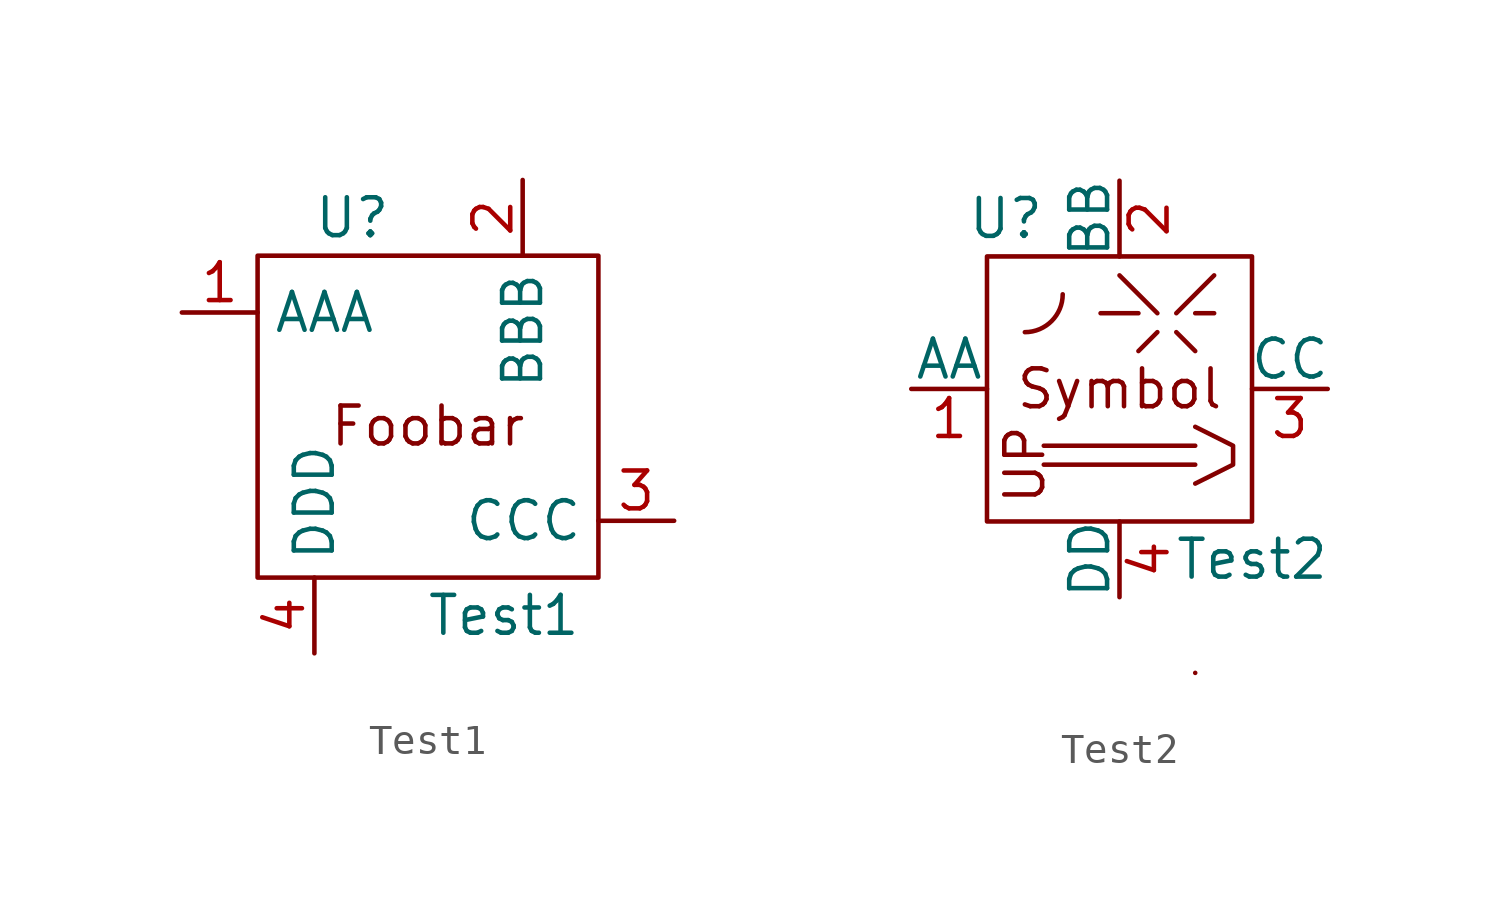
<source format=kicad_sym>
(kicad_symbol_lib
  (version 20211014)
  (generator kicad_symbol_editor)
  (symbol "Test1"
    (property "Reference" "U"
      (at 0 -0.635 0)
      (effects (font (size 1.27 1.27))))
    (property "Value" "Test1"
      (at 5.08 -13.97 0)
      (effects (font (size 1.27 1.27))))
    (symbol "Test1_0_0"
      (text "Foobar" (at 2.54 -7.62 0) (effects (font (size 1.27 1.27)))))
    (symbol "Test1_0_1"
      (rectangle (start -3.175 -1.905) (end 8.255 -12.7) (stroke (width 0) (type default) (color 0 0 0 0)) (fill (type none))))
    (symbol "Test1_1_1"
      (pin input line (at -5.715 -3.81 0) (length 2.54) (name "AAA" (effects (font (size 1.27 1.27)))) (number "1" (effects (font (size 1.27 1.27)))))
      (pin input line (at 5.715 0.635 270) (length 2.54) (name "BBB" (effects (font (size 1.27 1.27)))) (number "2" (effects (font (size 1.27 1.27)))))
      (pin input line (at 10.795 -10.795 180) (length 2.54) (name "CCC" (effects (font (size 1.27 1.27)))) (number "3" (effects (font (size 1.27 1.27)))))
      (pin input line (at -1.27 -15.24 90) (length 2.54) (name "DDD" (effects (font (size 1.27 1.27)))) (number "4" (effects (font (size 1.27 1.27)))))))
  (symbol "Test2"
    (pin_names
      (offset 0))
    (property "Reference" "U"
      (at -3.81 5.715 0)
      (effects (font (size 1.27 1.27))))
    (property "Value" "Test2"
      (at 4.445 -5.715 0)
      (effects (font (size 1.27 1.27))))
    (symbol "Test2_0_0"
      (arc (start -3.175 1.905) (mid -2.277 2.277) (end -1.905 3.175) (stroke (width 0) (type default) (color 0 0 0 0)) (fill (type none)))
      (polyline (pts (xy -2.54 -2.54) (xy 2.54 -2.54)) (stroke (width 0) (type default) (color 0 0 0 0)) (fill (type none)))
      (polyline (pts (xy -2.54 -1.905) (xy 2.54 -1.905)) (stroke (width 0) (type default) (color 0 0 0 0)) (fill (type none)))
      (polyline (pts (xy 0.635 1.27) (xy 1.27 1.905)) (stroke (width 0) (type default) (color 0 0 0 0)) (fill (type none)))
      (polyline (pts (xy 0.635 2.54) (xy -0.635 2.54)) (stroke (width 0) (type default) (color 0 0 0 0)) (fill (type none)))
      (polyline (pts (xy 1.27 2.54) (xy 0 3.81)) (stroke (width 0) (type default) (color 0 0 0 0)) (fill (type none)))
      (polyline (pts (xy 1.905 1.905) (xy 2.54 1.27)) (stroke (width 0) (type default) (color 0 0 0 0)) (fill (type none)))
      (polyline (pts (xy 1.905 2.54) (xy 3.175 3.81)) (stroke (width 0) (type default) (color 0 0 0 0)) (fill (type none)))
      (polyline (pts (xy 2.54 2.54) (xy 3.175 2.54)) (stroke (width 0) (type default) (color 0 0 0 0)) (fill (type none)))
      (polyline (pts (xy 2.54 -3.175) (xy 3.81 -2.54) (xy 3.81 -1.905) (xy 2.54 -1.27)) (stroke (width 0) (type default) (color 0 0 0 0)) (fill (type none)))
      (rectangle (start 2.54 -9.525) (end 2.54 -9.525) (stroke (width 0) (type default) (color 0 0 0 0)) (fill (type none)))
      (text "Symbol" (at 0 0 0) (effects (font (size 1.27 1.27))))
      (text "UP" (at -3.175 -2.54 900) (effects (font (size 1.27 1.27)))))
    (symbol "Test2_0_1"
      (rectangle (start -4.445 4.445) (end 4.445 -4.445) (stroke (width 0) (type default) (color 0 0 0 0)) (fill (type none))))
    (symbol "Test2_1_1"
      (pin input line (at -6.985 0 0) (length 2.54) (name "AA" (effects (font (size 1.27 1.27)))) (number "1" (effects (font (size 1.27 1.27)))))
      (pin input line (at 0 6.985 270) (length 2.54) (name "BB" (effects (font (size 1.27 1.27)))) (number "2" (effects (font (size 1.27 1.27)))))
      (pin input line (at 6.985 0 180) (length 2.54) (name "CC" (effects (font (size 1.27 1.27)))) (number "3" (effects (font (size 1.27 1.27)))))
      (pin input line (at 0 -6.985 90) (length 2.54) (name "DD" (effects (font (size 1.27 1.27)))) (number "4" (effects (font (size 1.27 1.27))))))))
</source>
